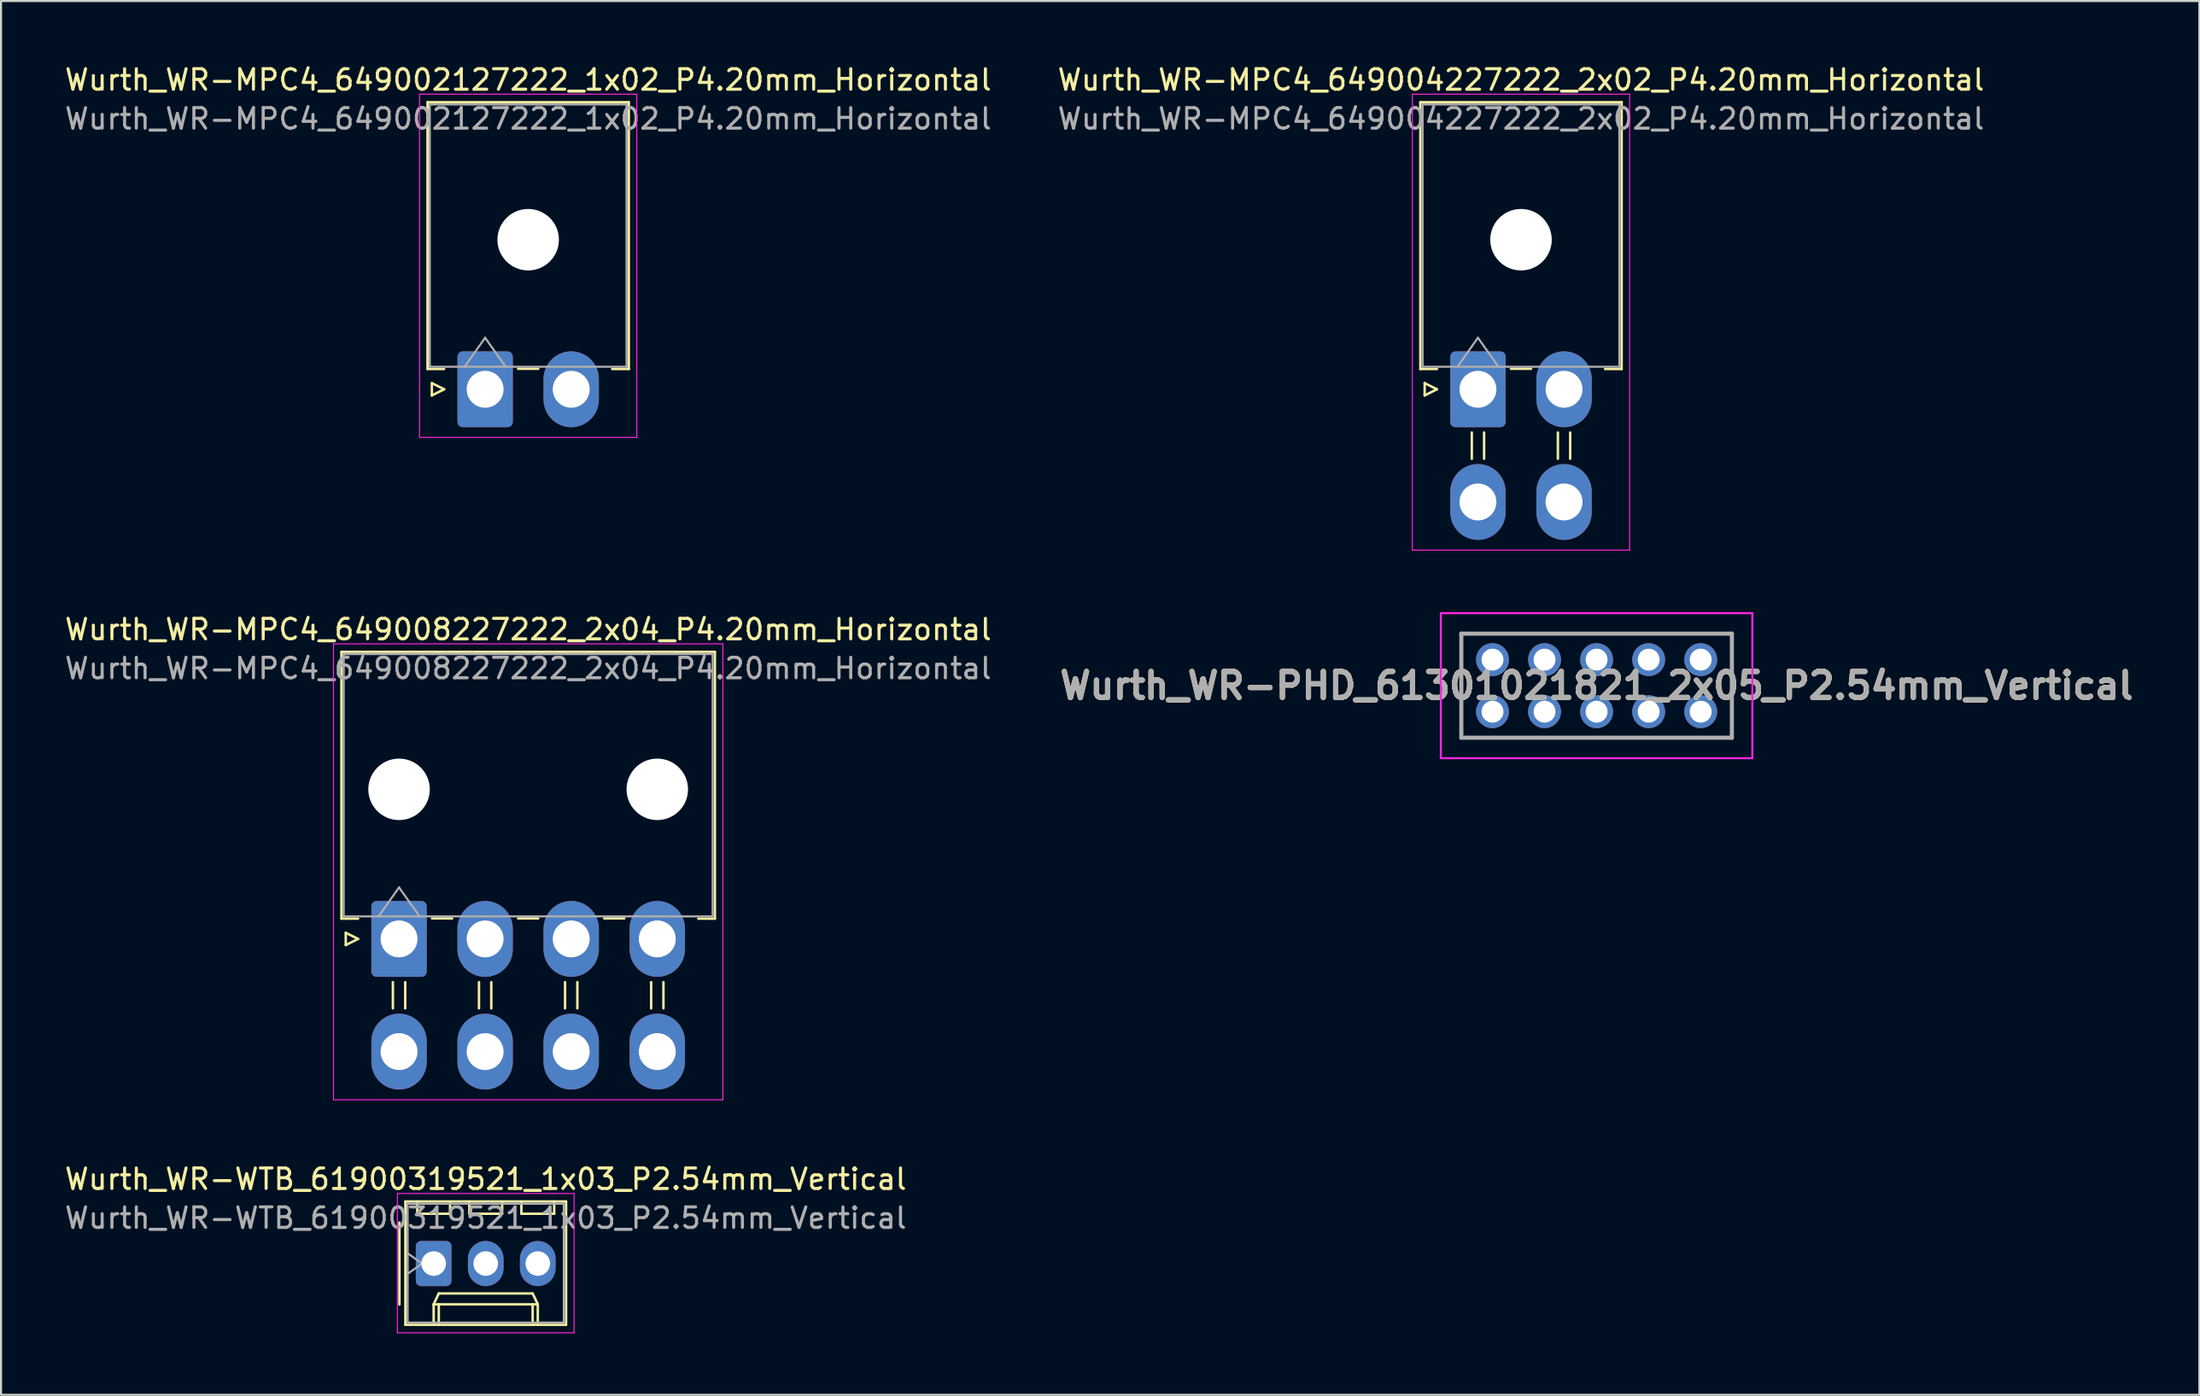
<source format=kicad_pcb>
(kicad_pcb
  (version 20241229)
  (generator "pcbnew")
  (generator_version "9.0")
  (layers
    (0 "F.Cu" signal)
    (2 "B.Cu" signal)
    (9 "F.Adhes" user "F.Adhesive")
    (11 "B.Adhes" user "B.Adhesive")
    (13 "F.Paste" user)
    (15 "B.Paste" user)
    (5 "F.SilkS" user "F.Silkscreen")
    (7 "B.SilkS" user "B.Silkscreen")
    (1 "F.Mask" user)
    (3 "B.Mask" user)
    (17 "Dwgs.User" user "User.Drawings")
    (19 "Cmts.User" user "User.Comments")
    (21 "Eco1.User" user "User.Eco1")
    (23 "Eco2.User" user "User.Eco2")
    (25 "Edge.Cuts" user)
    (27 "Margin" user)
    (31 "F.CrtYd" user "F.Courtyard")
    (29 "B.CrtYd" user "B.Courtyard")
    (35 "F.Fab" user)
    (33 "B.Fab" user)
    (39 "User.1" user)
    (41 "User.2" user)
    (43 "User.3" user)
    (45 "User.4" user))
  (footprint "Wurth_WR-MPC4_649004227222_2x02_P4.20mm_Horizontal"
    (layer "F.Cu")
    (at 69.061 15.948)
    (property "Reference" "Wurth_WR-MPC4_649004227222_2x02_P4.20mm_Horizontal" (at 2.1 -15.1 0) (layer "F.SilkS") (effects (font (size 1 1) (thickness 0.15))))
    (attr through_hole)
    (fp_line (start -2.81 -14.01) (end 2.1 -14.01) (stroke (width 0.12) (type solid)) (layer "F.SilkS"))
    (fp_line (start -2.81 -0.99) (end -2.81 -14.01) (stroke (width 0.12) (type solid)) (layer "F.SilkS"))
    (fp_line (start -2.6 -0.3) (end -2 0) (stroke (width 0.12) (type solid)) (layer "F.SilkS"))
    (fp_line (start -2.6 0.3) (end -2.6 -0.3) (stroke (width 0.12) (type solid)) (layer "F.SilkS"))
    (fp_line (start -2 -0.99) (end -2.81 -0.99) (stroke (width 0.12) (type solid)) (layer "F.SilkS"))
    (fp_line (start -2 0) (end -2.6 0.3) (stroke (width 0.12) (type solid)) (layer "F.SilkS"))
    (fp_line (start -0.3 2.11) (end -0.3 3.39) (stroke (width 0.12) (type solid)) (layer "F.SilkS"))
    (fp_line (start 0.3 2.11) (end 0.3 3.39) (stroke (width 0.12) (type solid)) (layer "F.SilkS"))
    (fp_line (start 1.61 -1) (end 2.59 -1) (stroke (width 0.12) (type solid)) (layer "F.SilkS"))
    (fp_line (start 3.9 2.11) (end 3.9 3.39) (stroke (width 0.12) (type solid)) (layer "F.SilkS"))
    (fp_line (start 4.5 2.11) (end 4.5 3.39) (stroke (width 0.12) (type solid)) (layer "F.SilkS"))
    (fp_line (start 6.2 -0.99) (end 7.01 -0.99) (stroke (width 0.12) (type solid)) (layer "F.SilkS"))
    (fp_line (start 7.01 -14.01) (end 2.1 -14.01) (stroke (width 0.12) (type solid)) (layer "F.SilkS"))
    (fp_line (start 7.01 -0.99) (end 7.01 -14.01) (stroke (width 0.12) (type solid)) (layer "F.SilkS"))
    (fp_line (start -3.2 -14.4) (end -3.2 7.85) (stroke (width 0.05) (type solid)) (layer "F.CrtYd"))
    (fp_line (start -3.2 7.85) (end 7.4 7.85) (stroke (width 0.05) (type solid)) (layer "F.CrtYd"))
    (fp_line (start 7.4 -14.4) (end -3.2 -14.4) (stroke (width 0.05) (type solid)) (layer "F.CrtYd"))
    (fp_line (start 7.4 7.85) (end 7.4 -14.4) (stroke (width 0.05) (type solid)) (layer "F.CrtYd"))
    (fp_line (start -2.7 -13.9) (end -2.7 -1.1) (stroke (width 0.1) (type solid)) (layer "F.Fab"))
    (fp_line (start -2.7 -1.1) (end 6.9 -1.1) (stroke (width 0.1) (type solid)) (layer "F.Fab"))
    (fp_line (start -1 -1.1) (end 0 -2.514) (stroke (width 0.1) (type solid)) (layer "F.Fab"))
    (fp_line (start 0 -2.514) (end 1 -1.1) (stroke (width 0.1) (type solid)) (layer "F.Fab"))
    (fp_line (start 6.9 -13.9) (end -2.7 -13.9) (stroke (width 0.1) (type solid)) (layer "F.Fab"))
    (fp_line (start 6.9 -1.1) (end 6.9 -13.9) (stroke (width 0.1) (type solid)) (layer "F.Fab"))
    (fp_text user "${REFERENCE}" (at 2.1 -13.2 0) (layer "F.Fab") (effects (font (size 1 1) (thickness 0.15))))
    (pad "" np_thru_hole circle (at 2.1 -7.3) (size 3 3) (drill 3) (layers "*.Cu" "*.Mask"))
    (pad "1" thru_hole roundrect (at 0 0) (size 2.7 3.7) (drill 1.8) (layers "*.Cu" "*.Mask") (roundrect_rratio 0.093))
    (pad "2" thru_hole oval (at 4.2 0) (size 2.7 3.7) (drill 1.8) (layers "*.Cu" "*.Mask"))
    (pad "3" thru_hole oval (at 0 5.5) (size 2.7 3.7) (drill 1.8) (layers "*.Cu" "*.Mask"))
    (pad "4" thru_hole oval (at 4.2 5.5) (size 2.7 3.7) (drill 1.8) (layers "*.Cu" "*.Mask")))
  (footprint "Wurth_WR-MPC4_649002127222_1x02_P4.20mm_Horizontal"
    (layer "F.Cu")
    (at 20.62 15.948)
    (property "Reference" "Wurth_WR-MPC4_649002127222_1x02_P4.20mm_Horizontal" (at 2.1 -15.1 0) (layer "F.SilkS") (effects (font (size 1 1) (thickness 0.15))))
    (attr through_hole)
    (fp_line (start -2.81 -14.01) (end 2.1 -14.01) (stroke (width 0.12) (type solid)) (layer "F.SilkS"))
    (fp_line (start -2.81 -0.99) (end -2.81 -14.01) (stroke (width 0.12) (type solid)) (layer "F.SilkS"))
    (fp_line (start -2.6 -0.3) (end -2 0) (stroke (width 0.12) (type solid)) (layer "F.SilkS"))
    (fp_line (start -2.6 0.3) (end -2.6 -0.3) (stroke (width 0.12) (type solid)) (layer "F.SilkS"))
    (fp_line (start -2 -0.99) (end -2.81 -0.99) (stroke (width 0.12) (type solid)) (layer "F.SilkS"))
    (fp_line (start -2 0) (end -2.6 0.3) (stroke (width 0.12) (type solid)) (layer "F.SilkS"))
    (fp_line (start 1.61 -1) (end 2.59 -1) (stroke (width 0.12) (type solid)) (layer "F.SilkS"))
    (fp_line (start 6.2 -0.99) (end 7.01 -0.99) (stroke (width 0.12) (type solid)) (layer "F.SilkS"))
    (fp_line (start 7.01 -14.01) (end 2.1 -14.01) (stroke (width 0.12) (type solid)) (layer "F.SilkS"))
    (fp_line (start 7.01 -0.99) (end 7.01 -14.01) (stroke (width 0.12) (type solid)) (layer "F.SilkS"))
    (fp_line (start -3.2 -14.4) (end -3.2 2.35) (stroke (width 0.05) (type solid)) (layer "F.CrtYd"))
    (fp_line (start -3.2 2.35) (end 7.4 2.35) (stroke (width 0.05) (type solid)) (layer "F.CrtYd"))
    (fp_line (start 7.4 -14.4) (end -3.2 -14.4) (stroke (width 0.05) (type solid)) (layer "F.CrtYd"))
    (fp_line (start 7.4 2.35) (end 7.4 -14.4) (stroke (width 0.05) (type solid)) (layer "F.CrtYd"))
    (fp_line (start -2.7 -13.9) (end -2.7 -1.1) (stroke (width 0.1) (type solid)) (layer "F.Fab"))
    (fp_line (start -2.7 -1.1) (end 6.9 -1.1) (stroke (width 0.1) (type solid)) (layer "F.Fab"))
    (fp_line (start -1 -1.1) (end 0 -2.514) (stroke (width 0.1) (type solid)) (layer "F.Fab"))
    (fp_line (start 0 -2.514) (end 1 -1.1) (stroke (width 0.1) (type solid)) (layer "F.Fab"))
    (fp_line (start 6.9 -13.9) (end -2.7 -13.9) (stroke (width 0.1) (type solid)) (layer "F.Fab"))
    (fp_line (start 6.9 -1.1) (end 6.9 -13.9) (stroke (width 0.1) (type solid)) (layer "F.Fab"))
    (fp_text user "${REFERENCE}" (at 2.1 -13.2 0) (layer "F.Fab") (effects (font (size 1 1) (thickness 0.15))))
    (pad "" np_thru_hole circle (at 2.1 -7.3) (size 3 3) (drill 3) (layers "*.Cu" "*.Mask"))
    (pad "1" thru_hole roundrect (at 0 0) (size 2.7 3.7) (drill 1.8) (layers "*.Cu" "*.Mask") (roundrect_rratio 0.093))
    (pad "2" thru_hole oval (at 4.2 0) (size 2.7 3.7) (drill 1.8) (layers "*.Cu" "*.Mask")))
  (footprint "Wurth_WR-WTB_61900319521_1x03_P2.54mm_Vertical"
    (layer "F.Cu")
    (at 18.109 58.615)
    (property "Reference" "Wurth_WR-WTB_61900319521_1x03_P2.54mm_Vertical" (at 2.54 -4.12 0) (layer "F.SilkS") (effects (font (size 1 1) (thickness 0.15))))
    (attr through_hole)
    (fp_line (start -1.67 -2) (end -1.67 2) (stroke (width 0.12) (type solid)) (layer "F.SilkS"))
    (fp_line (start -1.38 -3.03) (end -1.38 2.99) (stroke (width 0.12) (type solid)) (layer "F.SilkS"))
    (fp_line (start -1.38 2.99) (end 6.46 2.99) (stroke (width 0.12) (type solid)) (layer "F.SilkS"))
    (fp_line (start -0.8 -3.03) (end -0.8 -2.43) (stroke (width 0.12) (type solid)) (layer "F.SilkS"))
    (fp_line (start -0.8 -2.43) (end 0.8 -2.43) (stroke (width 0.12) (type solid)) (layer "F.SilkS"))
    (fp_line (start 0 1.99) (end 0.25 1.46) (stroke (width 0.12) (type solid)) (layer "F.SilkS"))
    (fp_line (start 0 1.99) (end 5.08 1.99) (stroke (width 0.12) (type solid)) (layer "F.SilkS"))
    (fp_line (start 0 2.99) (end 0 1.99) (stroke (width 0.12) (type solid)) (layer "F.SilkS"))
    (fp_line (start 0.25 1.46) (end 4.83 1.46) (stroke (width 0.12) (type solid)) (layer "F.SilkS"))
    (fp_line (start 0.25 2.99) (end 0.25 1.99) (stroke (width 0.12) (type solid)) (layer "F.SilkS"))
    (fp_line (start 0.8 -2.43) (end 0.8 -3.03) (stroke (width 0.12) (type solid)) (layer "F.SilkS"))
    (fp_line (start 1.74 -3.03) (end 1.74 -2.43) (stroke (width 0.12) (type solid)) (layer "F.SilkS"))
    (fp_line (start 1.74 -2.43) (end 3.34 -2.43) (stroke (width 0.12) (type solid)) (layer "F.SilkS"))
    (fp_line (start 3.34 -2.43) (end 3.34 -3.03) (stroke (width 0.12) (type solid)) (layer "F.SilkS"))
    (fp_line (start 4.28 -3.03) (end 4.28 -2.43) (stroke (width 0.12) (type solid)) (layer "F.SilkS"))
    (fp_line (start 4.28 -2.43) (end 5.88 -2.43) (stroke (width 0.12) (type solid)) (layer "F.SilkS"))
    (fp_line (start 4.83 1.46) (end 5.08 1.99) (stroke (width 0.12) (type solid)) (layer "F.SilkS"))
    (fp_line (start 4.83 2.99) (end 4.83 1.99) (stroke (width 0.12) (type solid)) (layer "F.SilkS"))
    (fp_line (start 5.08 1.99) (end 5.08 2.99) (stroke (width 0.12) (type solid)) (layer "F.SilkS"))
    (fp_line (start 5.88 -2.43) (end 5.88 -3.03) (stroke (width 0.12) (type solid)) (layer "F.SilkS"))
    (fp_line (start 6.46 -3.03) (end -1.38 -3.03) (stroke (width 0.12) (type solid)) (layer "F.SilkS"))
    (fp_line (start 6.46 2.99) (end 6.46 -3.03) (stroke (width 0.12) (type solid)) (layer "F.SilkS"))
    (fp_line (start -1.77 -3.42) (end -1.77 3.38) (stroke (width 0.05) (type solid)) (layer "F.CrtYd"))
    (fp_line (start -1.77 3.38) (end 6.85 3.38) (stroke (width 0.05) (type solid)) (layer "F.CrtYd"))
    (fp_line (start 6.85 -3.42) (end -1.77 -3.42) (stroke (width 0.05) (type solid)) (layer "F.CrtYd"))
    (fp_line (start 6.85 3.38) (end 6.85 -3.42) (stroke (width 0.05) (type solid)) (layer "F.CrtYd"))
    (fp_line (start -1.27 -2.92) (end -1.27 2.88) (stroke (width 0.1) (type solid)) (layer "F.Fab"))
    (fp_line (start -1.27 -0.5) (end -0.563 0) (stroke (width 0.1) (type solid)) (layer "F.Fab"))
    (fp_line (start -1.27 2.88) (end 6.35 2.88) (stroke (width 0.1) (type solid)) (layer "F.Fab"))
    (fp_line (start -0.563 0) (end -1.27 0.5) (stroke (width 0.1) (type solid)) (layer "F.Fab"))
    (fp_line (start 6.35 -2.92) (end -1.27 -2.92) (stroke (width 0.1) (type solid)) (layer "F.Fab"))
    (fp_line (start 6.35 2.88) (end 6.35 -2.92) (stroke (width 0.1) (type solid)) (layer "F.Fab"))
    (fp_text user "${REFERENCE}" (at 2.54 -2.22 0) (layer "F.Fab") (effects (font (size 1 1) (thickness 0.15))))
    (pad "1" thru_hole roundrect (at 0 0) (size 1.74 2.2) (drill 1.2) (layers "*.Cu" "*.Mask") (roundrect_rratio 0.144))
    (pad "2" thru_hole oval (at 2.54 0) (size 1.74 2.2) (drill 1.2) (layers "*.Cu" "*.Mask"))
    (pad "3" thru_hole oval (at 5.08 0) (size 1.74 2.2) (drill 1.2) (layers "*.Cu" "*.Mask")))
  (footprint "Wurth_WR-MPC4_649008227222_2x04_P4.20mm_Horizontal"
    (layer "F.Cu")
    (at 16.42 42.772)
    (property "Reference" "Wurth_WR-MPC4_649008227222_2x04_P4.20mm_Horizontal" (at 6.3 -15.1 0) (layer "F.SilkS") (effects (font (size 1 1) (thickness 0.15))))
    (attr through_hole)
    (fp_line (start -2.81 -14.01) (end 6.3 -14.01) (stroke (width 0.12) (type solid)) (layer "F.SilkS"))
    (fp_line (start -2.81 -0.99) (end -2.81 -14.01) (stroke (width 0.12) (type solid)) (layer "F.SilkS"))
    (fp_line (start -2.6 -0.3) (end -2 0) (stroke (width 0.12) (type solid)) (layer "F.SilkS"))
    (fp_line (start -2.6 0.3) (end -2.6 -0.3) (stroke (width 0.12) (type solid)) (layer "F.SilkS"))
    (fp_line (start -2 -0.99) (end -2.81 -0.99) (stroke (width 0.12) (type solid)) (layer "F.SilkS"))
    (fp_line (start -2 0) (end -2.6 0.3) (stroke (width 0.12) (type solid)) (layer "F.SilkS"))
    (fp_line (start -0.3 2.11) (end -0.3 3.39) (stroke (width 0.12) (type solid)) (layer "F.SilkS"))
    (fp_line (start 0.3 2.11) (end 0.3 3.39) (stroke (width 0.12) (type solid)) (layer "F.SilkS"))
    (fp_line (start 1.61 -1) (end 2.59 -1) (stroke (width 0.12) (type solid)) (layer "F.SilkS"))
    (fp_line (start 3.9 2.11) (end 3.9 3.39) (stroke (width 0.12) (type solid)) (layer "F.SilkS"))
    (fp_line (start 4.5 2.11) (end 4.5 3.39) (stroke (width 0.12) (type solid)) (layer "F.SilkS"))
    (fp_line (start 5.81 -1) (end 6.79 -1) (stroke (width 0.12) (type solid)) (layer "F.SilkS"))
    (fp_line (start 8.1 2.11) (end 8.1 3.39) (stroke (width 0.12) (type solid)) (layer "F.SilkS"))
    (fp_line (start 8.7 2.11) (end 8.7 3.39) (stroke (width 0.12) (type solid)) (layer "F.SilkS"))
    (fp_line (start 10.01 -1) (end 10.99 -1) (stroke (width 0.12) (type solid)) (layer "F.SilkS"))
    (fp_line (start 12.3 2.11) (end 12.3 3.39) (stroke (width 0.12) (type solid)) (layer "F.SilkS"))
    (fp_line (start 12.9 2.11) (end 12.9 3.39) (stroke (width 0.12) (type solid)) (layer "F.SilkS"))
    (fp_line (start 14.6 -0.99) (end 15.41 -0.99) (stroke (width 0.12) (type solid)) (layer "F.SilkS"))
    (fp_line (start 15.41 -14.01) (end 6.3 -14.01) (stroke (width 0.12) (type solid)) (layer "F.SilkS"))
    (fp_line (start 15.41 -0.99) (end 15.41 -14.01) (stroke (width 0.12) (type solid)) (layer "F.SilkS"))
    (fp_line (start -3.2 -14.4) (end -3.2 7.85) (stroke (width 0.05) (type solid)) (layer "F.CrtYd"))
    (fp_line (start -3.2 7.85) (end 15.8 7.85) (stroke (width 0.05) (type solid)) (layer "F.CrtYd"))
    (fp_line (start 15.8 -14.4) (end -3.2 -14.4) (stroke (width 0.05) (type solid)) (layer "F.CrtYd"))
    (fp_line (start 15.8 7.85) (end 15.8 -14.4) (stroke (width 0.05) (type solid)) (layer "F.CrtYd"))
    (fp_line (start -2.7 -13.9) (end -2.7 -1.1) (stroke (width 0.1) (type solid)) (layer "F.Fab"))
    (fp_line (start -2.7 -1.1) (end 15.3 -1.1) (stroke (width 0.1) (type solid)) (layer "F.Fab"))
    (fp_line (start -1 -1.1) (end 0 -2.514) (stroke (width 0.1) (type solid)) (layer "F.Fab"))
    (fp_line (start 0 -2.514) (end 1 -1.1) (stroke (width 0.1) (type solid)) (layer "F.Fab"))
    (fp_line (start 15.3 -13.9) (end -2.7 -13.9) (stroke (width 0.1) (type solid)) (layer "F.Fab"))
    (fp_line (start 15.3 -1.1) (end 15.3 -13.9) (stroke (width 0.1) (type solid)) (layer "F.Fab"))
    (fp_text user "${REFERENCE}" (at 6.3 -13.2 0) (layer "F.Fab") (effects (font (size 1 1) (thickness 0.15))))
    (pad "" np_thru_hole circle (at 0 -7.3) (size 3 3) (drill 3) (layers "*.Cu" "*.Mask"))
    (pad "" np_thru_hole circle (at 12.6 -7.3) (size 3 3) (drill 3) (layers "*.Cu" "*.Mask"))
    (pad "1" thru_hole roundrect (at 0 0) (size 2.7 3.7) (drill 1.8) (layers "*.Cu" "*.Mask") (roundrect_rratio 0.093))
    (pad "2" thru_hole oval (at 4.2 0) (size 2.7 3.7) (drill 1.8) (layers "*.Cu" "*.Mask"))
    (pad "3" thru_hole oval (at 8.4 0) (size 2.7 3.7) (drill 1.8) (layers "*.Cu" "*.Mask"))
    (pad "4" thru_hole oval (at 12.6 0) (size 2.7 3.7) (drill 1.8) (layers "*.Cu" "*.Mask"))
    (pad "5" thru_hole oval (at 0 5.5) (size 2.7 3.7) (drill 1.8) (layers "*.Cu" "*.Mask"))
    (pad "6" thru_hole oval (at 4.2 5.5) (size 2.7 3.7) (drill 1.8) (layers "*.Cu" "*.Mask"))
    (pad "7" thru_hole oval (at 8.4 5.5) (size 2.7 3.7) (drill 1.8) (layers "*.Cu" "*.Mask"))
    (pad "8" thru_hole oval (at 12.6 5.5) (size 2.7 3.7) (drill 1.8) (layers "*.Cu" "*.Mask")))
  (footprint "Wurth_WR-PHD_61301021821_2x05_P2.54mm_Vertical"
    (layer "F.Cu")
    (at 69.77 31.683)
    (property "Reference" "Wurth_WR-PHD_61301021821_2x05_P2.54mm_Vertical" (at 5.08 -1.27 0) (layer "F.SilkS") (effects (font (size 1.27 1.27) (thickness 0.254))))
    (attr through_hole)
    (fp_line (start -1.52 -3.81) (end 11.68 -3.81) (stroke (width 0.1) (type solid)) (layer "F.SilkS"))
    (fp_line (start -1.52 1.27) (end -1.52 -3.81) (stroke (width 0.1) (type solid)) (layer "F.SilkS"))
    (fp_line (start 11.68 -3.81) (end 11.68 1.27) (stroke (width 0.1) (type solid)) (layer "F.SilkS"))
    (fp_line (start 11.68 1.27) (end -1.52 1.27) (stroke (width 0.1) (type solid)) (layer "F.SilkS"))
    (fp_line (start -2.52 -4.81) (end 12.68 -4.81) (stroke (width 0.1) (type solid)) (layer "F.CrtYd"))
    (fp_line (start -2.52 2.27) (end -2.52 -4.81) (stroke (width 0.1) (type solid)) (layer "F.CrtYd"))
    (fp_line (start 12.68 -4.81) (end 12.68 2.27) (stroke (width 0.1) (type solid)) (layer "F.CrtYd"))
    (fp_line (start 12.68 2.27) (end -2.52 2.27) (stroke (width 0.1) (type solid)) (layer "F.CrtYd"))
    (fp_line (start -1.52 -3.81) (end 11.68 -3.81) (stroke (width 0.2) (type solid)) (layer "F.Fab"))
    (fp_line (start -1.52 1.27) (end -1.52 -3.81) (stroke (width 0.2) (type solid)) (layer "F.Fab"))
    (fp_line (start 11.68 -3.81) (end 11.68 1.27) (stroke (width 0.2) (type solid)) (layer "F.Fab"))
    (fp_line (start 11.68 1.27) (end -1.52 1.27) (stroke (width 0.2) (type solid)) (layer "F.Fab"))
    (fp_text user "${REFERENCE}" (at 5.08 -1.27 0) (layer "F.Fab") (effects (font (size 1.27 1.27) (thickness 0.254))))
    (pad "1" thru_hole circle (at 0 0) (size 1.605 1.605) (drill 1.07) (layers "*.Cu" "*.Mask"))
    (pad "2" thru_hole circle (at 0 -2.54) (size 1.605 1.605) (drill 1.07) (layers "*.Cu" "*.Mask"))
    (pad "3" thru_hole circle (at 2.54 0) (size 1.605 1.605) (drill 1.07) (layers "*.Cu" "*.Mask"))
    (pad "4" thru_hole circle (at 2.54 -2.54) (size 1.605 1.605) (drill 1.07) (layers "*.Cu" "*.Mask"))
    (pad "5" thru_hole circle (at 5.08 0) (size 1.605 1.605) (drill 1.07) (layers "*.Cu" "*.Mask"))
    (pad "6" thru_hole circle (at 5.08 -2.54) (size 1.605 1.605) (drill 1.07) (layers "*.Cu" "*.Mask"))
    (pad "7" thru_hole circle (at 7.62 0) (size 1.605 1.605) (drill 1.07) (layers "*.Cu" "*.Mask"))
    (pad "8" thru_hole circle (at 7.62 -2.54) (size 1.605 1.605) (drill 1.07) (layers "*.Cu" "*.Mask"))
    (pad "9" thru_hole circle (at 10.16 0) (size 1.605 1.605) (drill 1.07) (layers "*.Cu" "*.Mask"))
    (pad "10" thru_hole circle (at 10.16 -2.54) (size 1.605 1.605) (drill 1.07) (layers "*.Cu" "*.Mask")))
  (gr_rect
    (start -3 -3)
    (end 104.26 65.02)
    (stroke (width 0.1) (type default))
    (fill no)
    (layer "Edge.Cuts")))
</source>
